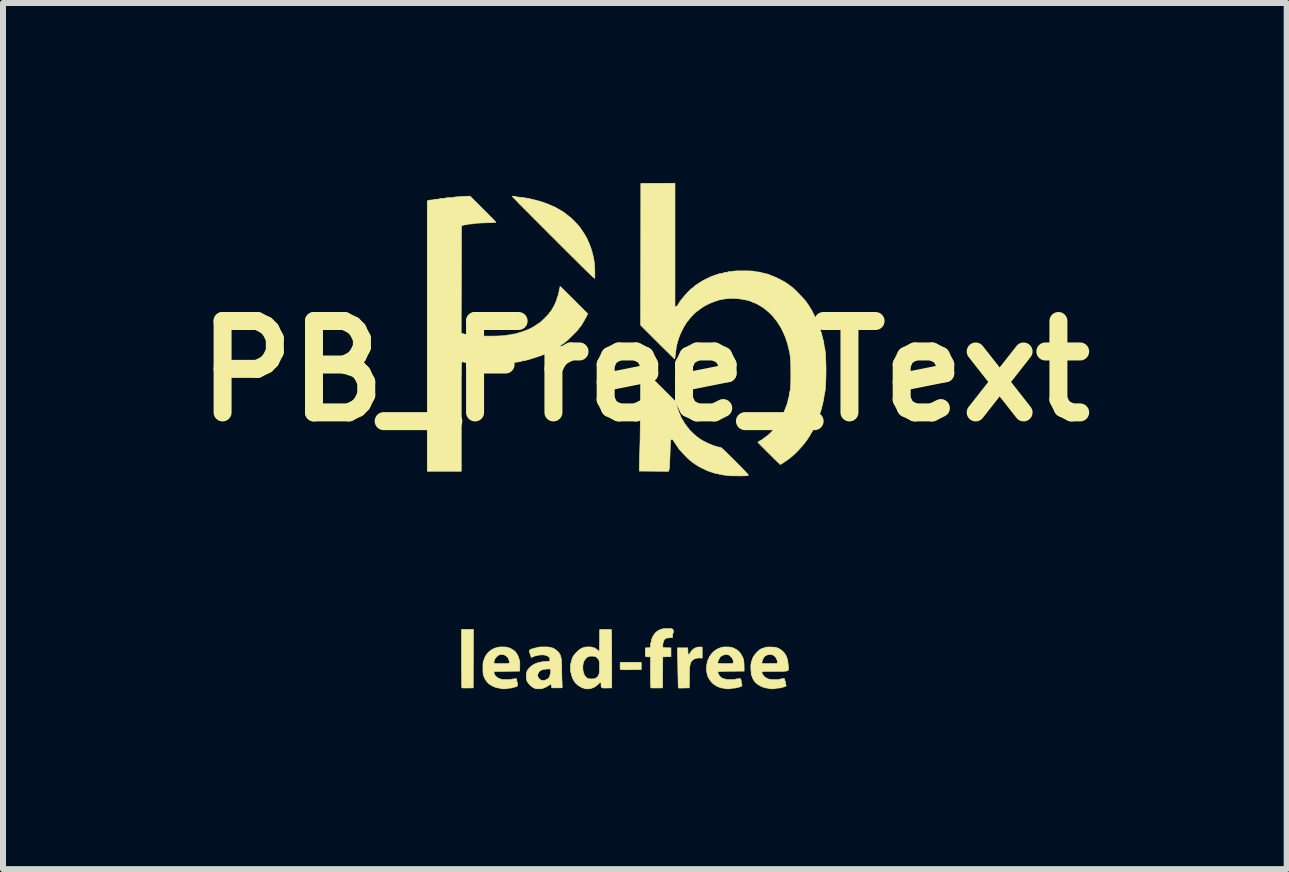
<source format=kicad_pcb>
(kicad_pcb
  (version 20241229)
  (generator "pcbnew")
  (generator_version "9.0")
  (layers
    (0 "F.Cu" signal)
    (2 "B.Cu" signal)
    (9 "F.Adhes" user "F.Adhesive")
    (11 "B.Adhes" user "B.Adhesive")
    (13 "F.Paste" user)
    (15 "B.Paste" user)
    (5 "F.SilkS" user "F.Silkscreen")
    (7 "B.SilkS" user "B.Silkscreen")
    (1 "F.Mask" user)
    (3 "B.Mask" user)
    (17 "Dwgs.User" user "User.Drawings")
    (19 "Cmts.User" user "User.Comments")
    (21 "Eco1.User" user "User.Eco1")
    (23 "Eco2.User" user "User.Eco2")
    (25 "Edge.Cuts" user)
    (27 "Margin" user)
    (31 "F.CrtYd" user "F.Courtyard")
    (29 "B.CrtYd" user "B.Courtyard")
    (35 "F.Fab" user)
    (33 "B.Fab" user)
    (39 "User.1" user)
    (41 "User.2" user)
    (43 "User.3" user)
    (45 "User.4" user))
  (footprint "PB_Free_Text"
    (layer "F.Cu")
    (at 7.7 3.136)
    (property "Reference" "PB_Free_Text" (at 0 0 0) (layer "F.SilkS") (effects (font (size 1.524 1.524) (thickness 0.3))))
    (attr through_hole)
    (fp_poly (pts (xy -0.06 4.976) (xy -0.234 4.978) (xy -0.287 4.979) (xy -0.328 4.979) (xy -0.36 4.978) (xy -0.382 4.977) (xy -0.398 4.976) (xy -0.406 4.974) (xy -0.41 4.972) (xy -0.41 4.971) (xy -0.411 4.961) (xy -0.412 4.942) (xy -0.412 4.918) (xy -0.412 4.909) (xy -0.41 4.856) (xy -0.06 4.856) (xy -0.06 4.976)) (stroke (width 0.01) (type solid)) (fill yes) (layer "F.SilkS"))
    (fp_poly (pts (xy -2.86 4.794) (xy -2.861 5.281) (xy -2.954 5.283) (xy -2.987 5.283) (xy -3.015 5.283) (xy -3.037 5.282) (xy -3.049 5.281) (xy -3.051 5.28) (xy -3.051 5.274) (xy -3.052 5.255) (xy -3.053 5.226) (xy -3.053 5.186) (xy -3.054 5.139) (xy -3.054 5.083) (xy -3.055 5.021) (xy -3.055 4.952) (xy -3.055 4.879) (xy -3.055 4.802) (xy -3.055 4.791) (xy -3.055 4.306) (xy -2.858 4.306) (xy -2.86 4.794)) (stroke (width 0.01) (type solid)) (fill yes) (layer "F.SilkS"))
    (fp_poly (pts (xy 0.956 4.602) (xy 0.956 4.786) (xy 0.94 4.784) (xy 0.894 4.782) (xy 0.852 4.789) (xy 0.816 4.803) (xy 0.788 4.825) (xy 0.788 4.825) (xy 0.768 4.851) (xy 0.758 4.873) (xy 0.756 4.889) (xy 0.754 4.905) (xy 0.75 4.913) (xy 0.748 4.922) (xy 0.746 4.941) (xy 0.744 4.971) (xy 0.743 5.01) (xy 0.742 5.057) (xy 0.742 5.101) (xy 0.74 5.281) (xy 0.649 5.283) (xy 0.617 5.284) (xy 0.59 5.284) (xy 0.569 5.284) (xy 0.559 5.283) (xy 0.558 5.283) (xy 0.557 5.277) (xy 0.557 5.259) (xy 0.556 5.231) (xy 0.555 5.194) (xy 0.554 5.15) (xy 0.553 5.099) (xy 0.552 5.044) (xy 0.551 5.005) (xy 0.55 4.945) (xy 0.549 4.886) (xy 0.548 4.831) (xy 0.547 4.781) (xy 0.546 4.738) (xy 0.546 4.703) (xy 0.545 4.679) (xy 0.545 4.672) (xy 0.543 4.614) (xy 0.715 4.614) (xy 0.718 4.675) (xy 0.72 4.701) (xy 0.722 4.722) (xy 0.726 4.733) (xy 0.727 4.735) (xy 0.734 4.73) (xy 0.743 4.717) (xy 0.75 4.705) (xy 0.779 4.663) (xy 0.813 4.631) (xy 0.853 4.61) (xy 0.896 4.6) (xy 0.917 4.6) (xy 0.956 4.602)) (stroke (width 0.01) (type solid)) (fill yes) (layer "F.SilkS"))
    (fp_poly (pts (xy 0.408 4.294) (xy 0.432 4.295) (xy 0.448 4.296) (xy 0.458 4.299) (xy 0.464 4.304) (xy 0.466 4.305) (xy 0.473 4.319) (xy 0.476 4.338) (xy 0.475 4.356) (xy 0.47 4.367) (xy 0.467 4.376) (xy 0.464 4.394) (xy 0.462 4.408) (xy 0.46 4.443) (xy 0.41 4.446) (xy 0.384 4.449) (xy 0.361 4.452) (xy 0.347 4.456) (xy 0.345 4.457) (xy 0.329 4.472) (xy 0.315 4.496) (xy 0.305 4.526) (xy 0.299 4.558) (xy 0.299 4.571) (xy 0.299 4.611) (xy 0.367 4.613) (xy 0.435 4.614) (xy 0.435 4.761) (xy 0.367 4.762) (xy 0.299 4.764) (xy 0.295 5.281) (xy 0.2 5.283) (xy 0.166 5.283) (xy 0.137 5.283) (xy 0.115 5.282) (xy 0.102 5.281) (xy 0.1 5.28) (xy 0.099 5.273) (xy 0.098 5.255) (xy 0.097 5.226) (xy 0.096 5.189) (xy 0.096 5.145) (xy 0.095 5.095) (xy 0.095 5.041) (xy 0.095 5.02) (xy 0.095 4.764) (xy 0.059 4.764) (xy 0.037 4.763) (xy 0.021 4.76) (xy 0.014 4.758) (xy 0.01 4.752) (xy 0.008 4.738) (xy 0.007 4.714) (xy 0.008 4.684) (xy 0.01 4.614) (xy 0.052 4.613) (xy 0.095 4.611) (xy 0.095 4.57) (xy 0.096 4.548) (xy 0.099 4.532) (xy 0.102 4.526) (xy 0.106 4.517) (xy 0.108 4.503) (xy 0.112 4.477) (xy 0.124 4.445) (xy 0.141 4.412) (xy 0.161 4.382) (xy 0.183 4.357) (xy 0.193 4.348) (xy 0.218 4.331) (xy 0.242 4.317) (xy 0.263 4.308) (xy 0.273 4.306) (xy 0.285 4.303) (xy 0.289 4.3) (xy 0.297 4.297) (xy 0.315 4.295) (xy 0.342 4.294) (xy 0.374 4.294) (xy 0.408 4.294)) (stroke (width 0.01) (type solid)) (fill yes) (layer "F.SilkS"))
    (fp_poly (pts (xy -2.176 -2.915) (xy -2.162 -2.912) (xy -2.156 -2.91) (xy -2.147 -2.906) (xy -2.129 -2.903) (xy -2.106 -2.9) (xy -2.106 -2.9) (xy -2.039 -2.893) (xy -1.968 -2.882) (xy -1.899 -2.868) (xy -1.886 -2.865) (xy -1.862 -2.859) (xy -1.837 -2.853) (xy -1.832 -2.852) (xy -1.797 -2.843) (xy -1.755 -2.831) (xy -1.709 -2.817) (xy -1.664 -2.801) (xy -1.624 -2.787) (xy -1.592 -2.773) (xy -1.588 -2.771) (xy -1.564 -2.761) (xy -1.54 -2.75) (xy -1.528 -2.745) (xy -1.511 -2.738) (xy -1.495 -2.731) (xy -1.476 -2.72) (xy -1.451 -2.706) (xy -1.43 -2.694) (xy -1.412 -2.683) (xy -1.399 -2.676) (xy -1.394 -2.674) (xy -1.388 -2.67) (xy -1.373 -2.661) (xy -1.354 -2.648) (xy -1.333 -2.632) (xy -1.312 -2.616) (xy -1.311 -2.615) (xy -1.291 -2.6) (xy -1.267 -2.581) (xy -1.25 -2.568) (xy -1.23 -2.551) (xy -1.203 -2.526) (xy -1.174 -2.497) (xy -1.145 -2.467) (xy -1.118 -2.438) (xy -1.097 -2.413) (xy -1.089 -2.404) (xy -1.07 -2.377) (xy -1.046 -2.342) (xy -1.022 -2.305) (xy -1 -2.27) (xy -0.982 -2.24) (xy -0.981 -2.239) (xy -0.965 -2.207) (xy -0.947 -2.168) (xy -0.928 -2.125) (xy -0.911 -2.082) (xy -0.897 -2.042) (xy -0.886 -2.008) (xy -0.882 -1.994) (xy -0.877 -1.973) (xy -0.871 -1.949) (xy -0.87 -1.947) (xy -0.859 -1.901) (xy -0.849 -1.848) (xy -0.844 -1.82) (xy -0.841 -1.797) (xy -0.839 -1.767) (xy -0.837 -1.732) (xy -0.835 -1.694) (xy -0.834 -1.657) (xy -0.834 -1.621) (xy -0.834 -1.59) (xy -0.834 -1.565) (xy -0.836 -1.55) (xy -0.837 -1.547) (xy -0.839 -1.548) (xy -0.846 -1.553) (xy -0.858 -1.563) (xy -0.874 -1.577) (xy -0.896 -1.598) (xy -0.923 -1.623) (xy -0.956 -1.655) (xy -0.995 -1.693) (xy -1.04 -1.738) (xy -1.093 -1.79) (xy -1.152 -1.849) (xy -1.219 -1.915) (xy -1.294 -1.99) (xy -1.377 -2.072) (xy -1.468 -2.163) (xy -1.526 -2.222) (xy -1.604 -2.299) (xy -1.679 -2.375) (xy -1.751 -2.447) (xy -1.82 -2.516) (xy -1.885 -2.581) (xy -1.945 -2.642) (xy -2.001 -2.697) (xy -2.051 -2.748) (xy -2.095 -2.792) (xy -2.132 -2.831) (xy -2.163 -2.862) (xy -2.187 -2.886) (xy -2.203 -2.902) (xy -2.21 -2.91) (xy -2.21 -2.911) (xy -2.205 -2.914) (xy -2.192 -2.915) (xy -2.176 -2.915)) (stroke (width 0.01) (type solid)) (fill yes) (layer "F.SilkS"))
    (fp_poly (pts (xy 1.403 4.6) (xy 1.441 4.606) (xy 1.475 4.616) (xy 1.51 4.634) (xy 1.529 4.644) (xy 1.564 4.671) (xy 1.595 4.707) (xy 1.623 4.755) (xy 1.624 4.757) (xy 1.636 4.783) (xy 1.644 4.807) (xy 1.649 4.833) (xy 1.652 4.864) (xy 1.654 4.903) (xy 1.654 4.922) (xy 1.655 5.002) (xy 1.442 5.004) (xy 1.383 5.004) (xy 1.331 5.005) (xy 1.288 5.006) (xy 1.255 5.008) (xy 1.233 5.01) (xy 1.223 5.011) (xy 1.222 5.012) (xy 1.218 5.019) (xy 1.22 5.032) (xy 1.223 5.042) (xy 1.238 5.072) (xy 1.26 5.099) (xy 1.287 5.119) (xy 1.314 5.13) (xy 1.328 5.132) (xy 1.342 5.134) (xy 1.35 5.138) (xy 1.357 5.141) (xy 1.376 5.143) (xy 1.402 5.144) (xy 1.429 5.145) (xy 1.461 5.144) (xy 1.486 5.143) (xy 1.503 5.141) (xy 1.509 5.138) (xy 1.517 5.134) (xy 1.533 5.132) (xy 1.538 5.132) (xy 1.557 5.131) (xy 1.573 5.127) (xy 1.575 5.126) (xy 1.587 5.125) (xy 1.597 5.135) (xy 1.604 5.153) (xy 1.607 5.178) (xy 1.607 5.178) (xy 1.608 5.197) (xy 1.612 5.21) (xy 1.614 5.213) (xy 1.618 5.223) (xy 1.619 5.238) (xy 1.614 5.252) (xy 1.603 5.258) (xy 1.601 5.258) (xy 1.586 5.262) (xy 1.579 5.266) (xy 1.569 5.27) (xy 1.552 5.272) (xy 1.552 5.272) (xy 1.537 5.274) (xy 1.528 5.278) (xy 1.528 5.278) (xy 1.52 5.282) (xy 1.503 5.284) (xy 1.486 5.285) (xy 1.466 5.285) (xy 1.452 5.288) (xy 1.448 5.291) (xy 1.442 5.294) (xy 1.426 5.296) (xy 1.401 5.297) (xy 1.391 5.297) (xy 1.366 5.297) (xy 1.345 5.295) (xy 1.333 5.292) (xy 1.331 5.291) (xy 1.322 5.287) (xy 1.306 5.285) (xy 1.299 5.285) (xy 1.281 5.283) (xy 1.269 5.28) (xy 1.267 5.278) (xy 1.258 5.273) (xy 1.251 5.272) (xy 1.235 5.269) (xy 1.224 5.264) (xy 1.209 5.257) (xy 1.2 5.253) (xy 1.158 5.227) (xy 1.117 5.192) (xy 1.083 5.149) (xy 1.057 5.104) (xy 1.046 5.078) (xy 1.031 5.014) (xy 1.027 4.949) (xy 1.034 4.886) (xy 1.041 4.857) (xy 1.214 4.857) (xy 1.216 4.864) (xy 1.22 4.87) (xy 1.221 4.87) (xy 1.23 4.873) (xy 1.249 4.875) (xy 1.276 4.877) (xy 1.308 4.878) (xy 1.343 4.878) (xy 1.378 4.878) (xy 1.411 4.877) (xy 1.439 4.876) (xy 1.46 4.874) (xy 1.471 4.872) (xy 1.472 4.871) (xy 1.476 4.859) (xy 1.475 4.84) (xy 1.471 4.817) (xy 1.464 4.799) (xy 1.451 4.779) (xy 1.432 4.758) (xy 1.411 4.74) (xy 1.399 4.733) (xy 1.375 4.726) (xy 1.344 4.726) (xy 1.312 4.733) (xy 1.29 4.742) (xy 1.273 4.752) (xy 1.261 4.762) (xy 1.25 4.776) (xy 1.239 4.797) (xy 1.235 4.805) (xy 1.223 4.83) (xy 1.217 4.847) (xy 1.214 4.857) (xy 1.041 4.857) (xy 1.049 4.825) (xy 1.074 4.768) (xy 1.108 4.718) (xy 1.149 4.674) (xy 1.198 4.64) (xy 1.21 4.633) (xy 1.233 4.623) (xy 1.253 4.615) (xy 1.267 4.611) (xy 1.268 4.611) (xy 1.281 4.609) (xy 1.286 4.605) (xy 1.294 4.602) (xy 1.312 4.6) (xy 1.337 4.599) (xy 1.358 4.599) (xy 1.403 4.6)) (stroke (width 0.01) (type solid)) (fill yes) (layer "F.SilkS"))
    (fp_poly (pts (xy -1.644 4.599) (xy -1.615 4.6) (xy -1.595 4.602) (xy -1.585 4.604) (xy -1.585 4.605) (xy -1.576 4.61) (xy -1.563 4.611) (xy -1.546 4.614) (xy -1.525 4.622) (xy -1.518 4.626) (xy -1.499 4.637) (xy -1.478 4.653) (xy -1.458 4.67) (xy -1.441 4.685) (xy -1.431 4.698) (xy -1.429 4.703) (xy -1.425 4.714) (xy -1.42 4.719) (xy -1.412 4.731) (xy -1.408 4.74) (xy -1.404 4.755) (xy -1.398 4.775) (xy -1.397 4.78) (xy -1.394 4.794) (xy -1.392 4.821) (xy -1.389 4.859) (xy -1.387 4.91) (xy -1.386 4.973) (xy -1.385 5.03) (xy -1.384 5.083) (xy -1.383 5.132) (xy -1.381 5.176) (xy -1.38 5.213) (xy -1.379 5.242) (xy -1.378 5.261) (xy -1.378 5.269) (xy -1.377 5.274) (xy -1.38 5.277) (xy -1.387 5.279) (xy -1.4 5.281) (xy -1.422 5.281) (xy -1.455 5.281) (xy -1.464 5.281) (xy -1.553 5.281) (xy -1.555 5.254) (xy -1.558 5.236) (xy -1.563 5.225) (xy -1.565 5.223) (xy -1.574 5.225) (xy -1.59 5.233) (xy -1.61 5.245) (xy -1.611 5.245) (xy -1.634 5.26) (xy -1.657 5.272) (xy -1.674 5.278) (xy -1.693 5.285) (xy -1.708 5.291) (xy -1.71 5.292) (xy -1.722 5.295) (xy -1.743 5.296) (xy -1.768 5.297) (xy -1.793 5.296) (xy -1.815 5.294) (xy -1.828 5.292) (xy -1.829 5.291) (xy -1.841 5.285) (xy -1.858 5.277) (xy -1.861 5.276) (xy -1.881 5.263) (xy -1.904 5.244) (xy -1.928 5.219) (xy -1.948 5.194) (xy -1.962 5.172) (xy -1.969 5.156) (xy -1.973 5.137) (xy -1.975 5.113) (xy -1.975 5.085) (xy -1.975 5.071) (xy -1.789 5.071) (xy -1.788 5.084) (xy -1.781 5.1) (xy -1.779 5.104) (xy -1.757 5.134) (xy -1.73 5.152) (xy -1.698 5.159) (xy -1.663 5.153) (xy -1.635 5.142) (xy -1.608 5.123) (xy -1.59 5.1) (xy -1.582 5.074) (xy -1.582 5.071) (xy -1.579 5.058) (xy -1.575 5.053) (xy -1.571 5.045) (xy -1.569 5.029) (xy -1.569 5.009) (xy -1.57 4.989) (xy -1.572 4.974) (xy -1.576 4.966) (xy -1.577 4.966) (xy -1.586 4.966) (xy -1.605 4.966) (xy -1.63 4.967) (xy -1.638 4.967) (xy -1.687 4.972) (xy -1.725 4.984) (xy -1.755 5.003) (xy -1.775 5.031) (xy -1.784 5.053) (xy -1.789 5.071) (xy -1.975 5.071) (xy -1.974 5.045) (xy -1.967 5.013) (xy -1.955 4.986) (xy -1.934 4.959) (xy -1.916 4.94) (xy -1.881 4.909) (xy -1.841 4.885) (xy -1.797 4.867) (xy -1.746 4.853) (xy -1.685 4.844) (xy -1.645 4.841) (xy -1.585 4.837) (xy -1.583 4.819) (xy -1.585 4.791) (xy -1.598 4.768) (xy -1.621 4.75) (xy -1.653 4.738) (xy -1.693 4.731) (xy -1.739 4.732) (xy -1.778 4.737) (xy -1.818 4.745) (xy -1.85 4.756) (xy -1.872 4.766) (xy -1.888 4.772) (xy -1.896 4.769) (xy -1.899 4.757) (xy -1.899 4.753) (xy -1.902 4.74) (xy -1.905 4.735) (xy -1.911 4.726) (xy -1.912 4.717) (xy -1.915 4.703) (xy -1.919 4.696) (xy -1.923 4.685) (xy -1.924 4.669) (xy -1.923 4.668) (xy -1.922 4.657) (xy -1.918 4.65) (xy -1.908 4.643) (xy -1.892 4.636) (xy -1.871 4.629) (xy -1.844 4.621) (xy -1.82 4.615) (xy -1.802 4.612) (xy -1.799 4.611) (xy -1.784 4.609) (xy -1.775 4.605) (xy -1.775 4.605) (xy -1.768 4.602) (xy -1.749 4.6) (xy -1.721 4.599) (xy -1.686 4.599) (xy -1.68 4.599) (xy -1.644 4.599)) (stroke (width 0.01) (type solid)) (fill yes) (layer "F.SilkS"))
    (fp_poly (pts (xy -2.342 4.599) (xy -2.317 4.601) (xy -2.301 4.603) (xy -2.296 4.605) (xy -2.287 4.61) (xy -2.28 4.611) (xy -2.262 4.615) (xy -2.24 4.624) (xy -2.216 4.637) (xy -2.191 4.653) (xy -2.17 4.669) (xy -2.154 4.684) (xy -2.147 4.696) (xy -2.147 4.697) (xy -2.142 4.707) (xy -2.137 4.713) (xy -2.125 4.728) (xy -2.113 4.755) (xy -2.102 4.786) (xy -2.096 4.805) (xy -2.09 4.822) (xy -2.089 4.824) (xy -2.087 4.835) (xy -2.085 4.856) (xy -2.084 4.884) (xy -2.085 4.915) (xy -2.085 4.919) (xy -2.086 5.002) (xy -2.512 5.008) (xy -2.514 5.023) (xy -2.512 5.044) (xy -2.501 5.068) (xy -2.483 5.09) (xy -2.476 5.097) (xy -2.455 5.113) (xy -2.43 5.125) (xy -2.397 5.137) (xy -2.394 5.138) (xy -2.379 5.141) (xy -2.355 5.143) (xy -2.328 5.144) (xy -2.298 5.145) (xy -2.27 5.144) (xy -2.247 5.143) (xy -2.231 5.141) (xy -2.226 5.139) (xy -2.217 5.136) (xy -2.199 5.133) (xy -2.179 5.131) (xy -2.137 5.129) (xy -2.136 5.154) (xy -2.133 5.174) (xy -2.128 5.191) (xy -2.127 5.193) (xy -2.123 5.208) (xy -2.122 5.228) (xy -2.123 5.23) (xy -2.125 5.246) (xy -2.132 5.255) (xy -2.147 5.262) (xy -2.15 5.263) (xy -2.17 5.268) (xy -2.186 5.272) (xy -2.189 5.272) (xy -2.202 5.274) (xy -2.207 5.278) (xy -2.215 5.282) (xy -2.232 5.284) (xy -2.248 5.285) (xy -2.269 5.286) (xy -2.284 5.288) (xy -2.29 5.291) (xy -2.297 5.294) (xy -2.315 5.296) (xy -2.338 5.297) (xy -2.347 5.297) (xy -2.372 5.297) (xy -2.391 5.295) (xy -2.403 5.292) (xy -2.404 5.291) (xy -2.412 5.287) (xy -2.428 5.285) (xy -2.431 5.284) (xy -2.458 5.281) (xy -2.49 5.272) (xy -2.529 5.255) (xy -2.552 5.244) (xy -2.599 5.214) (xy -2.636 5.176) (xy -2.666 5.129) (xy -2.679 5.1) (xy -2.686 5.082) (xy -2.692 5.067) (xy -2.695 5.054) (xy -2.697 5.033) (xy -2.698 5.005) (xy -2.699 4.973) (xy -2.699 4.941) (xy -2.699 4.909) (xy -2.698 4.882) (xy -2.696 4.862) (xy -2.694 4.851) (xy -2.693 4.849) (xy -2.691 4.846) (xy -2.515 4.846) (xy -2.514 4.863) (xy -2.512 4.873) (xy -2.511 4.874) (xy -2.503 4.876) (xy -2.484 4.877) (xy -2.458 4.878) (xy -2.426 4.878) (xy -2.392 4.878) (xy -2.357 4.878) (xy -2.325 4.877) (xy -2.296 4.875) (xy -2.275 4.873) (xy -2.264 4.871) (xy -2.262 4.87) (xy -2.256 4.858) (xy -2.255 4.843) (xy -2.259 4.832) (xy -2.261 4.83) (xy -2.266 4.822) (xy -2.268 4.812) (xy -2.273 4.794) (xy -2.286 4.773) (xy -2.306 4.754) (xy -2.325 4.74) (xy -2.35 4.73) (xy -2.379 4.726) (xy -2.408 4.726) (xy -2.431 4.732) (xy -2.434 4.734) (xy -2.462 4.754) (xy -2.487 4.78) (xy -2.505 4.808) (xy -2.514 4.836) (xy -2.515 4.846) (xy -2.691 4.846) (xy -2.688 4.841) (xy -2.687 4.83) (xy -2.684 4.817) (xy -2.68 4.811) (xy -2.675 4.802) (xy -2.674 4.796) (xy -2.67 4.78) (xy -2.661 4.76) (xy -2.65 4.743) (xy -2.645 4.738) (xy -2.637 4.728) (xy -2.636 4.723) (xy -2.631 4.714) (xy -2.619 4.701) (xy -2.603 4.684) (xy -2.585 4.668) (xy -2.567 4.655) (xy -2.563 4.652) (xy -2.53 4.633) (xy -2.501 4.619) (xy -2.478 4.612) (xy -2.47 4.611) (xy -2.456 4.609) (xy -2.449 4.605) (xy -2.441 4.602) (xy -2.423 4.6) (xy -2.397 4.599) (xy -2.372 4.599) (xy -2.342 4.599)) (stroke (width 0.01) (type solid)) (fill yes) (layer "F.SilkS"))
    (fp_poly (pts (xy -0.595 4.308) (xy -0.573 4.309) (xy -0.56 4.31) (xy -0.558 4.311) (xy -0.557 4.318) (xy -0.556 4.337) (xy -0.556 4.366) (xy -0.555 4.406) (xy -0.554 4.454) (xy -0.554 4.509) (xy -0.553 4.572) (xy -0.553 4.64) (xy -0.553 4.713) (xy -0.553 4.79) (xy -0.552 4.799) (xy -0.552 5.281) (xy -0.631 5.283) (xy -0.669 5.284) (xy -0.695 5.283) (xy -0.713 5.279) (xy -0.723 5.271) (xy -0.729 5.258) (xy -0.73 5.24) (xy -0.73 5.224) (xy -0.731 5.203) (xy -0.733 5.188) (xy -0.735 5.183) (xy -0.742 5.187) (xy -0.755 5.198) (xy -0.771 5.214) (xy -0.775 5.218) (xy -0.8 5.24) (xy -0.827 5.26) (xy -0.853 5.275) (xy -0.875 5.283) (xy -0.884 5.285) (xy -0.894 5.287) (xy -0.896 5.291) (xy -0.902 5.294) (xy -0.918 5.296) (xy -0.943 5.297) (xy -0.953 5.297) (xy -0.98 5.297) (xy -1 5.295) (xy -1.009 5.292) (xy -1.01 5.291) (xy -1.015 5.286) (xy -1.022 5.285) (xy -1.04 5.28) (xy -1.064 5.269) (xy -1.091 5.253) (xy -1.118 5.234) (xy -1.143 5.213) (xy -1.161 5.194) (xy -1.163 5.191) (xy -1.178 5.168) (xy -1.193 5.143) (xy -1.204 5.12) (xy -1.212 5.101) (xy -1.213 5.093) (xy -1.216 5.081) (xy -1.22 5.078) (xy -1.224 5.07) (xy -1.226 5.054) (xy -1.226 5.053) (xy -1.228 5.037) (xy -1.232 5.028) (xy -1.232 5.027) (xy -1.235 5.02) (xy -1.237 5.001) (xy -1.238 4.975) (xy -1.239 4.948) (xy -1.239 4.946) (xy -1.035 4.946) (xy -1.031 4.994) (xy -1.02 5.038) (xy -1.003 5.075) (xy -0.981 5.104) (xy -0.967 5.116) (xy -0.953 5.124) (xy -0.938 5.129) (xy -0.918 5.131) (xy -0.891 5.132) (xy -0.862 5.131) (xy -0.838 5.128) (xy -0.824 5.124) (xy -0.824 5.124) (xy -0.803 5.11) (xy -0.785 5.093) (xy -0.773 5.076) (xy -0.769 5.065) (xy -0.766 5.052) (xy -0.762 5.046) (xy -0.76 5.039) (xy -0.758 5.02) (xy -0.757 4.991) (xy -0.756 4.954) (xy -0.756 4.938) (xy -0.756 4.899) (xy -0.756 4.87) (xy -0.758 4.85) (xy -0.76 4.835) (xy -0.763 4.825) (xy -0.767 4.815) (xy -0.771 4.81) (xy -0.792 4.782) (xy -0.816 4.764) (xy -0.844 4.754) (xy -0.882 4.751) (xy -0.883 4.751) (xy -0.916 4.753) (xy -0.941 4.759) (xy -0.963 4.772) (xy -0.985 4.793) (xy -0.989 4.797) (xy -1.012 4.83) (xy -1.027 4.869) (xy -1.034 4.916) (xy -1.035 4.946) (xy -1.239 4.946) (xy -1.238 4.916) (xy -1.237 4.891) (xy -1.234 4.874) (xy -1.232 4.868) (xy -1.228 4.86) (xy -1.226 4.845) (xy -1.226 4.843) (xy -1.224 4.827) (xy -1.22 4.818) (xy -1.22 4.818) (xy -1.214 4.809) (xy -1.213 4.802) (xy -1.208 4.78) (xy -1.194 4.754) (xy -1.173 4.726) (xy -1.148 4.697) (xy -1.119 4.669) (xy -1.09 4.645) (xy -1.062 4.626) (xy -1.037 4.614) (xy -1.022 4.611) (xy -1.01 4.608) (xy -1.007 4.605) (xy -0.999 4.602) (xy -0.981 4.6) (xy -0.957 4.599) (xy -0.94 4.599) (xy -0.913 4.599) (xy -0.89 4.601) (xy -0.877 4.603) (xy -0.873 4.605) (xy -0.864 4.61) (xy -0.858 4.611) (xy -0.838 4.616) (xy -0.814 4.63) (xy -0.788 4.65) (xy -0.785 4.653) (xy -0.77 4.666) (xy -0.761 4.669) (xy -0.759 4.667) (xy -0.758 4.659) (xy -0.757 4.64) (xy -0.756 4.611) (xy -0.756 4.575) (xy -0.755 4.533) (xy -0.754 4.487) (xy -0.754 4.484) (xy -0.753 4.31) (xy -0.658 4.308) (xy -0.624 4.308) (xy -0.595 4.308)) (stroke (width 0.01) (type solid)) (fill yes) (layer "F.SilkS"))
    (fp_poly (pts (xy 2.099 4.6) (xy 2.128 4.602) (xy 2.156 4.603) (xy 2.178 4.606) (xy 2.188 4.608) (xy 2.232 4.624) (xy 2.274 4.651) (xy 2.298 4.671) (xy 2.314 4.687) (xy 2.326 4.701) (xy 2.331 4.709) (xy 2.331 4.709) (xy 2.335 4.718) (xy 2.343 4.728) (xy 2.358 4.751) (xy 2.37 4.785) (xy 2.381 4.829) (xy 2.388 4.88) (xy 2.392 4.928) (xy 2.394 4.948) (xy 2.395 4.964) (xy 2.394 4.977) (xy 2.389 4.987) (xy 2.381 4.994) (xy 2.368 4.999) (xy 2.348 5.002) (xy 2.32 5.004) (xy 2.283 5.005) (xy 2.236 5.005) (xy 2.178 5.005) (xy 2.165 5.005) (xy 2.105 5.005) (xy 2.057 5.005) (xy 2.019 5.006) (xy 1.991 5.007) (xy 1.971 5.009) (xy 1.958 5.013) (xy 1.952 5.018) (xy 1.95 5.025) (xy 1.953 5.034) (xy 1.958 5.046) (xy 1.963 5.057) (xy 1.986 5.088) (xy 2.019 5.114) (xy 2.063 5.134) (xy 2.064 5.135) (xy 2.081 5.139) (xy 2.106 5.142) (xy 2.135 5.144) (xy 2.166 5.145) (xy 2.195 5.145) (xy 2.22 5.144) (xy 2.238 5.142) (xy 2.246 5.139) (xy 2.255 5.135) (xy 2.272 5.132) (xy 2.28 5.131) (xy 2.3 5.128) (xy 2.315 5.126) (xy 2.318 5.125) (xy 2.326 5.128) (xy 2.33 5.141) (xy 2.33 5.142) (xy 2.333 5.157) (xy 2.338 5.167) (xy 2.342 5.176) (xy 2.344 5.193) (xy 2.344 5.199) (xy 2.345 5.217) (xy 2.35 5.23) (xy 2.351 5.232) (xy 2.356 5.243) (xy 2.348 5.253) (xy 2.329 5.262) (xy 2.321 5.264) (xy 2.298 5.27) (xy 2.277 5.276) (xy 2.27 5.278) (xy 2.252 5.282) (xy 2.228 5.284) (xy 2.218 5.285) (xy 2.199 5.286) (xy 2.185 5.289) (xy 2.182 5.291) (xy 2.174 5.294) (xy 2.157 5.296) (xy 2.133 5.297) (xy 2.125 5.297) (xy 2.1 5.297) (xy 2.08 5.295) (xy 2.069 5.292) (xy 2.067 5.291) (xy 2.059 5.287) (xy 2.043 5.285) (xy 2.041 5.285) (xy 2.007 5.28) (xy 1.97 5.268) (xy 1.93 5.251) (xy 1.892 5.229) (xy 1.859 5.205) (xy 1.835 5.181) (xy 1.828 5.172) (xy 1.816 5.153) (xy 1.805 5.135) (xy 1.803 5.132) (xy 1.795 5.116) (xy 1.792 5.102) (xy 1.789 5.09) (xy 1.785 5.085) (xy 1.78 5.076) (xy 1.775 5.056) (xy 1.772 5.024) (xy 1.769 4.981) (xy 1.768 4.958) (xy 1.767 4.921) (xy 1.768 4.894) (xy 1.77 4.879) (xy 1.772 4.876) (xy 1.776 4.867) (xy 1.951 4.867) (xy 1.954 4.874) (xy 1.962 4.875) (xy 1.98 4.876) (xy 2.007 4.877) (xy 2.04 4.877) (xy 2.078 4.877) (xy 2.083 4.877) (xy 2.207 4.875) (xy 2.209 4.85) (xy 2.209 4.833) (xy 2.206 4.82) (xy 2.204 4.819) (xy 2.198 4.807) (xy 2.198 4.802) (xy 2.193 4.789) (xy 2.181 4.772) (xy 2.165 4.755) (xy 2.147 4.74) (xy 2.136 4.734) (xy 2.104 4.726) (xy 2.069 4.726) (xy 2.035 4.734) (xy 2.007 4.749) (xy 1.997 4.758) (xy 1.981 4.779) (xy 1.968 4.803) (xy 1.958 4.828) (xy 1.952 4.85) (xy 1.951 4.867) (xy 1.776 4.867) (xy 1.776 4.865) (xy 1.778 4.849) (xy 1.778 4.849) (xy 1.78 4.833) (xy 1.785 4.824) (xy 1.785 4.824) (xy 1.79 4.815) (xy 1.791 4.809) (xy 1.796 4.789) (xy 1.809 4.764) (xy 1.828 4.736) (xy 1.851 4.707) (xy 1.877 4.679) (xy 1.904 4.655) (xy 1.929 4.637) (xy 1.951 4.626) (xy 1.962 4.624) (xy 1.974 4.621) (xy 1.979 4.618) (xy 1.987 4.613) (xy 1.997 4.611) (xy 2.011 4.608) (xy 2.018 4.605) (xy 2.026 4.602) (xy 2.045 4.601) (xy 2.07 4.6) (xy 2.099 4.6)) (stroke (width 0.01) (type solid)) (fill yes) (layer "F.SilkS"))
    (fp_poly (pts (xy -0.061 -0.055) (xy -0.047 -0.043) (xy -0.025 -0.023) (xy 0.007 0.007) (xy 0.047 0.045) (xy 0.095 0.093) (xy 0.153 0.15) (xy 0.219 0.216) (xy 0.232 0.229) (xy 0.527 0.524) (xy 0.527 0.551) (xy 0.529 0.568) (xy 0.532 0.58) (xy 0.534 0.581) (xy 0.538 0.59) (xy 0.54 0.601) (xy 0.543 0.616) (xy 0.55 0.636) (xy 0.553 0.643) (xy 0.56 0.661) (xy 0.565 0.674) (xy 0.565 0.677) (xy 0.568 0.688) (xy 0.576 0.704) (xy 0.578 0.708) (xy 0.586 0.725) (xy 0.59 0.738) (xy 0.591 0.74) (xy 0.594 0.751) (xy 0.602 0.768) (xy 0.612 0.788) (xy 0.623 0.807) (xy 0.633 0.82) (xy 0.64 0.83) (xy 0.642 0.835) (xy 0.645 0.843) (xy 0.654 0.858) (xy 0.667 0.878) (xy 0.682 0.899) (xy 0.697 0.919) (xy 0.709 0.934) (xy 0.715 0.94) (xy 0.726 0.952) (xy 0.73 0.962) (xy 0.73 0.962) (xy 0.735 0.969) (xy 0.747 0.983) (xy 0.765 1.001) (xy 0.786 1.022) (xy 0.809 1.044) (xy 0.831 1.064) (xy 0.852 1.082) (xy 0.868 1.094) (xy 0.868 1.094) (xy 0.889 1.11) (xy 0.912 1.127) (xy 0.917 1.131) (xy 0.938 1.144) (xy 0.967 1.161) (xy 1.003 1.18) (xy 1.041 1.199) (xy 1.079 1.216) (xy 1.114 1.231) (xy 1.143 1.242) (xy 1.15 1.244) (xy 1.175 1.252) (xy 1.199 1.259) (xy 1.216 1.264) (xy 1.217 1.264) (xy 1.237 1.269) (xy 1.255 1.27) (xy 1.26 1.271) (xy 1.267 1.275) (xy 1.277 1.281) (xy 1.29 1.292) (xy 1.306 1.307) (xy 1.328 1.327) (xy 1.355 1.353) (xy 1.389 1.386) (xy 1.429 1.426) (xy 1.478 1.475) (xy 1.502 1.498) (xy 1.557 1.554) (xy 1.604 1.602) (xy 1.643 1.642) (xy 1.674 1.674) (xy 1.697 1.699) (xy 1.713 1.717) (xy 1.723 1.729) (xy 1.726 1.736) (xy 1.726 1.737) (xy 1.723 1.74) (xy 1.718 1.742) (xy 1.708 1.744) (xy 1.692 1.745) (xy 1.669 1.746) (xy 1.637 1.746) (xy 1.595 1.747) (xy 1.552 1.747) (xy 1.502 1.746) (xy 1.459 1.746) (xy 1.422 1.745) (xy 1.395 1.743) (xy 1.377 1.742) (xy 1.372 1.74) (xy 1.36 1.737) (xy 1.341 1.734) (xy 1.329 1.734) (xy 1.31 1.733) (xy 1.296 1.73) (xy 1.293 1.728) (xy 1.284 1.724) (xy 1.268 1.722) (xy 1.261 1.721) (xy 1.243 1.72) (xy 1.231 1.717) (xy 1.229 1.715) (xy 1.22 1.71) (xy 1.205 1.709) (xy 1.205 1.709) (xy 1.181 1.706) (xy 1.153 1.698) (xy 1.129 1.689) (xy 1.113 1.684) (xy 1.106 1.683) (xy 1.093 1.68) (xy 1.089 1.677) (xy 1.08 1.671) (xy 1.074 1.67) (xy 1.061 1.668) (xy 1.043 1.661) (xy 1.037 1.658) (xy 1.019 1.649) (xy 0.994 1.637) (xy 0.972 1.627) (xy 0.924 1.603) (xy 0.881 1.579) (xy 0.846 1.556) (xy 0.837 1.549) (xy 0.822 1.538) (xy 0.811 1.532) (xy 0.808 1.531) (xy 0.801 1.527) (xy 0.789 1.516) (xy 0.784 1.512) (xy 0.771 1.5) (xy 0.761 1.493) (xy 0.759 1.493) (xy 0.753 1.488) (xy 0.739 1.476) (xy 0.72 1.458) (xy 0.696 1.434) (xy 0.673 1.411) (xy 0.633 1.369) (xy 0.602 1.335) (xy 0.578 1.309) (xy 0.563 1.29) (xy 0.554 1.278) (xy 0.553 1.272) (xy 0.548 1.264) (xy 0.54 1.254) (xy 0.53 1.243) (xy 0.527 1.235) (xy 0.523 1.226) (xy 0.514 1.216) (xy 0.505 1.205) (xy 0.502 1.197) (xy 0.497 1.187) (xy 0.492 1.181) (xy 0.481 1.168) (xy 0.476 1.158) (xy 0.465 1.143) (xy 0.451 1.138) (xy 0.439 1.141) (xy 0.435 1.146) (xy 0.432 1.154) (xy 0.43 1.168) (xy 0.428 1.19) (xy 0.426 1.221) (xy 0.424 1.262) (xy 0.424 1.268) (xy 0.422 1.317) (xy 0.42 1.373) (xy 0.418 1.431) (xy 0.415 1.485) (xy 0.414 1.512) (xy 0.412 1.555) (xy 0.41 1.593) (xy 0.407 1.623) (xy 0.404 1.644) (xy 0.402 1.653) (xy 0.394 1.671) (xy 0.151 1.669) (xy -0.092 1.667) (xy -0.091 1.572) (xy -0.09 1.541) (xy -0.089 1.5) (xy -0.088 1.451) (xy -0.086 1.397) (xy -0.085 1.341) (xy -0.083 1.286) (xy -0.083 1.273) (xy -0.082 1.235) (xy -0.08 1.186) (xy -0.079 1.126) (xy -0.078 1.058) (xy -0.077 0.983) (xy -0.076 0.903) (xy -0.075 0.818) (xy -0.074 0.73) (xy -0.074 0.641) (xy -0.073 0.551) (xy -0.073 0.511) (xy -0.072 0.428) (xy -0.072 0.348) (xy -0.071 0.273) (xy -0.071 0.203) (xy -0.07 0.14) (xy -0.069 0.083) (xy -0.069 0.035) (xy -0.068 -0.004) (xy -0.067 -0.033) (xy -0.067 -0.051) (xy -0.066 -0.057) (xy -0.061 -0.055)) (stroke (width 0.01) (type solid)) (fill yes) (layer "F.SilkS"))
    (fp_poly (pts (xy -2.698 -2.701) (xy -2.655 -2.658) (xy -2.615 -2.618) (xy -2.579 -2.581) (xy -2.547 -2.549) (xy -2.521 -2.522) (xy -2.501 -2.501) (xy -2.488 -2.488) (xy -2.483 -2.482) (xy -2.483 -2.482) (xy -2.489 -2.48) (xy -2.506 -2.479) (xy -2.531 -2.477) (xy -2.562 -2.475) (xy -2.58 -2.474) (xy -2.648 -2.472) (xy -2.704 -2.47) (xy -2.75 -2.468) (xy -2.786 -2.466) (xy -2.813 -2.464) (xy -2.833 -2.462) (xy -2.845 -2.461) (xy -2.853 -2.459) (xy -2.855 -2.458) (xy -2.864 -2.455) (xy -2.882 -2.453) (xy -2.905 -2.452) (xy -2.907 -2.452) (xy -2.93 -2.451) (xy -2.947 -2.449) (xy -2.956 -2.446) (xy -2.957 -2.445) (xy -2.965 -2.441) (xy -2.981 -2.439) (xy -2.984 -2.439) (xy -3.006 -2.437) (xy -3.03 -2.431) (xy -3.033 -2.43) (xy -3.058 -2.421) (xy -3.06 -1.528) (xy -3.062 -0.636) (xy -3.047 -0.628) (xy -3.03 -0.622) (xy -3.001 -0.615) (xy -2.962 -0.608) (xy -2.913 -0.601) (xy -2.855 -0.594) (xy -2.814 -0.59) (xy -2.781 -0.587) (xy -2.741 -0.585) (xy -2.695 -0.584) (xy -2.646 -0.583) (xy -2.594 -0.583) (xy -2.542 -0.583) (xy -2.49 -0.584) (xy -2.442 -0.585) (xy -2.397 -0.587) (xy -2.359 -0.589) (xy -2.329 -0.591) (xy -2.307 -0.594) (xy -2.297 -0.597) (xy -2.296 -0.597) (xy -2.287 -0.601) (xy -2.27 -0.603) (xy -2.257 -0.603) (xy -2.238 -0.605) (xy -2.224 -0.607) (xy -2.22 -0.61) (xy -2.212 -0.614) (xy -2.196 -0.616) (xy -2.191 -0.616) (xy -2.171 -0.618) (xy -2.154 -0.621) (xy -2.152 -0.622) (xy -2.137 -0.627) (xy -2.116 -0.633) (xy -2.109 -0.635) (xy -2.035 -0.658) (xy -1.967 -0.683) (xy -1.906 -0.71) (xy -1.858 -0.736) (xy -1.845 -0.744) (xy -1.83 -0.754) (xy -1.812 -0.766) (xy -1.788 -0.782) (xy -1.755 -0.803) (xy -1.753 -0.805) (xy -1.742 -0.814) (xy -1.725 -0.829) (xy -1.704 -0.848) (xy -1.681 -0.871) (xy -1.657 -0.894) (xy -1.635 -0.917) (xy -1.616 -0.937) (xy -1.602 -0.952) (xy -1.595 -0.961) (xy -1.594 -0.963) (xy -1.59 -0.971) (xy -1.579 -0.983) (xy -1.575 -0.988) (xy -1.563 -1) (xy -1.557 -1.01) (xy -1.556 -1.012) (xy -1.553 -1.02) (xy -1.545 -1.034) (xy -1.538 -1.044) (xy -1.521 -1.073) (xy -1.503 -1.108) (xy -1.487 -1.145) (xy -1.485 -1.15) (xy -1.478 -1.166) (xy -1.473 -1.177) (xy -1.468 -1.193) (xy -1.467 -1.2) (xy -1.464 -1.212) (xy -1.461 -1.216) (xy -1.456 -1.225) (xy -1.455 -1.235) (xy -1.452 -1.249) (xy -1.448 -1.254) (xy -1.444 -1.263) (xy -1.442 -1.278) (xy -1.442 -1.28) (xy -1.44 -1.296) (xy -1.436 -1.305) (xy -1.435 -1.305) (xy -1.432 -1.313) (xy -1.429 -1.33) (xy -1.429 -1.337) (xy -1.428 -1.355) (xy -1.424 -1.367) (xy -1.423 -1.369) (xy -1.418 -1.377) (xy -1.416 -1.391) (xy -1.415 -1.405) (xy -1.412 -1.41) (xy -1.406 -1.406) (xy -1.393 -1.393) (xy -1.372 -1.373) (xy -1.345 -1.347) (xy -1.313 -1.315) (xy -1.276 -1.278) (xy -1.235 -1.238) (xy -1.191 -1.194) (xy -1.179 -1.182) (xy -0.952 -0.955) (xy -0.981 -0.898) (xy -1.007 -0.85) (xy -1.032 -0.807) (xy -1.054 -0.77) (xy -1.074 -0.742) (xy -1.09 -0.723) (xy -1.092 -0.722) (xy -1.102 -0.71) (xy -1.105 -0.702) (xy -1.11 -0.696) (xy -1.122 -0.682) (xy -1.14 -0.663) (xy -1.163 -0.64) (xy -1.189 -0.613) (xy -1.217 -0.586) (xy -1.245 -0.558) (xy -1.272 -0.532) (xy -1.297 -0.509) (xy -1.316 -0.491) (xy -1.331 -0.479) (xy -1.333 -0.477) (xy -1.375 -0.448) (xy -1.424 -0.417) (xy -1.477 -0.384) (xy -1.532 -0.353) (xy -1.587 -0.324) (xy -1.637 -0.298) (xy -1.682 -0.278) (xy -1.704 -0.269) (xy -1.757 -0.25) (xy -1.814 -0.231) (xy -1.87 -0.213) (xy -1.921 -0.197) (xy -1.948 -0.19) (xy -1.97 -0.184) (xy -1.99 -0.178) (xy -2.011 -0.173) (xy -2.03 -0.171) (xy -2.046 -0.17) (xy -2.055 -0.166) (xy -2.065 -0.162) (xy -2.082 -0.158) (xy -2.09 -0.156) (xy -2.112 -0.153) (xy -2.14 -0.149) (xy -2.16 -0.146) (xy -2.188 -0.142) (xy -2.222 -0.138) (xy -2.248 -0.136) (xy -2.272 -0.133) (xy -2.292 -0.13) (xy -2.303 -0.127) (xy -2.303 -0.126) (xy -2.311 -0.125) (xy -2.33 -0.124) (xy -2.358 -0.123) (xy -2.395 -0.122) (xy -2.437 -0.121) (xy -2.485 -0.121) (xy -2.536 -0.121) (xy -2.588 -0.12) (xy -2.641 -0.12) (xy -2.692 -0.121) (xy -2.74 -0.121) (xy -2.783 -0.121) (xy -2.82 -0.122) (xy -2.85 -0.123) (xy -2.87 -0.124) (xy -2.879 -0.125) (xy -2.879 -0.125) (xy -2.889 -0.128) (xy -2.908 -0.132) (xy -2.928 -0.134) (xy -2.963 -0.139) (xy -2.994 -0.144) (xy -3.018 -0.149) (xy -3.033 -0.154) (xy -3.034 -0.154) (xy -3.044 -0.154) (xy -3.051 -0.149) (xy -3.053 -0.147) (xy -3.054 -0.142) (xy -3.055 -0.135) (xy -3.056 -0.125) (xy -3.057 -0.111) (xy -3.058 -0.093) (xy -3.059 -0.069) (xy -3.059 -0.04) (xy -3.06 -0.005) (xy -3.06 0.038) (xy -3.061 0.088) (xy -3.061 0.146) (xy -3.061 0.212) (xy -3.061 0.288) (xy -3.061 0.374) (xy -3.061 0.471) (xy -3.061 0.578) (xy -3.061 0.698) (xy -3.061 0.766) (xy -3.061 1.67) (xy -3.627 1.67) (xy -3.627 -0.583) (xy -3.627 -2.836) (xy -3.61 -2.844) (xy -3.594 -2.848) (xy -3.571 -2.851) (xy -3.556 -2.852) (xy -3.536 -2.853) (xy -3.521 -2.856) (xy -3.516 -2.858) (xy -3.508 -2.862) (xy -3.491 -2.864) (xy -3.471 -2.865) (xy -3.45 -2.865) (xy -3.433 -2.868) (xy -3.427 -2.871) (xy -3.419 -2.874) (xy -3.402 -2.876) (xy -3.379 -2.877) (xy -3.376 -2.877) (xy -3.353 -2.878) (xy -3.335 -2.88) (xy -3.325 -2.883) (xy -3.325 -2.884) (xy -3.317 -2.886) (xy -3.3 -2.889) (xy -3.275 -2.89) (xy -3.259 -2.89) (xy -3.232 -2.891) (xy -3.21 -2.892) (xy -3.195 -2.894) (xy -3.191 -2.896) (xy -3.183 -2.899) (xy -3.165 -2.901) (xy -3.139 -2.904) (xy -3.115 -2.905) (xy -3.077 -2.907) (xy -3.034 -2.91) (xy -2.994 -2.912) (xy -2.979 -2.913) (xy -2.913 -2.916) (xy -2.698 -2.701)) (stroke (width 0.01) (type solid)) (fill yes) (layer "F.SilkS"))
    (fp_poly (pts (xy 0.502 -1.073) (xy 0.519 -1.075) (xy 0.535 -1.082) (xy 0.547 -1.098) (xy 0.557 -1.115) (xy 0.567 -1.129) (xy 0.568 -1.13) (xy 0.576 -1.141) (xy 0.578 -1.146) (xy 0.582 -1.154) (xy 0.591 -1.167) (xy 0.597 -1.174) (xy 0.612 -1.193) (xy 0.63 -1.215) (xy 0.64 -1.228) (xy 0.655 -1.247) (xy 0.675 -1.27) (xy 0.698 -1.294) (xy 0.72 -1.318) (xy 0.742 -1.341) (xy 0.761 -1.359) (xy 0.776 -1.373) (xy 0.784 -1.378) (xy 0.784 -1.378) (xy 0.792 -1.383) (xy 0.806 -1.393) (xy 0.816 -1.404) (xy 0.831 -1.418) (xy 0.842 -1.427) (xy 0.846 -1.429) (xy 0.853 -1.433) (xy 0.867 -1.442) (xy 0.884 -1.454) (xy 0.902 -1.467) (xy 0.917 -1.477) (xy 0.925 -1.48) (xy 0.935 -1.484) (xy 0.94 -1.489) (xy 0.948 -1.496) (xy 0.966 -1.506) (xy 0.99 -1.519) (xy 1.018 -1.533) (xy 1.047 -1.547) (xy 1.075 -1.561) (xy 1.099 -1.572) (xy 1.117 -1.579) (xy 1.126 -1.582) (xy 1.137 -1.585) (xy 1.14 -1.588) (xy 1.149 -1.593) (xy 1.159 -1.594) (xy 1.172 -1.597) (xy 1.178 -1.601) (xy 1.187 -1.606) (xy 1.197 -1.607) (xy 1.21 -1.609) (xy 1.216 -1.613) (xy 1.221 -1.616) (xy 1.231 -1.62) (xy 1.25 -1.623) (xy 1.279 -1.628) (xy 1.291 -1.63) (xy 1.307 -1.634) (xy 1.317 -1.638) (xy 1.318 -1.639) (xy 1.326 -1.643) (xy 1.342 -1.645) (xy 1.35 -1.645) (xy 1.368 -1.646) (xy 1.379 -1.65) (xy 1.381 -1.651) (xy 1.389 -1.655) (xy 1.406 -1.657) (xy 1.426 -1.658) (xy 1.448 -1.659) (xy 1.464 -1.661) (xy 1.47 -1.664) (xy 1.478 -1.666) (xy 1.496 -1.667) (xy 1.522 -1.669) (xy 1.555 -1.67) (xy 1.593 -1.67) (xy 1.633 -1.67) (xy 1.673 -1.67) (xy 1.712 -1.67) (xy 1.748 -1.669) (xy 1.778 -1.668) (xy 1.8 -1.667) (xy 1.812 -1.665) (xy 1.814 -1.665) (xy 1.823 -1.661) (xy 1.841 -1.657) (xy 1.855 -1.655) (xy 1.897 -1.651) (xy 1.927 -1.646) (xy 1.946 -1.642) (xy 1.953 -1.638) (xy 1.963 -1.634) (xy 1.979 -1.632) (xy 1.979 -1.632) (xy 1.995 -1.631) (xy 2.004 -1.626) (xy 2.004 -1.626) (xy 2.013 -1.621) (xy 2.027 -1.62) (xy 2.044 -1.618) (xy 2.056 -1.614) (xy 2.07 -1.608) (xy 2.086 -1.601) (xy 2.104 -1.593) (xy 2.117 -1.587) (xy 2.13 -1.582) (xy 2.136 -1.582) (xy 2.145 -1.579) (xy 2.162 -1.571) (xy 2.186 -1.56) (xy 2.215 -1.546) (xy 2.245 -1.531) (xy 2.275 -1.515) (xy 2.302 -1.501) (xy 2.324 -1.489) (xy 2.339 -1.48) (xy 2.344 -1.476) (xy 2.354 -1.469) (xy 2.358 -1.467) (xy 2.365 -1.464) (xy 2.379 -1.454) (xy 2.397 -1.44) (xy 2.401 -1.437) (xy 2.423 -1.42) (xy 2.444 -1.405) (xy 2.46 -1.394) (xy 2.46 -1.393) (xy 2.474 -1.382) (xy 2.494 -1.364) (xy 2.518 -1.341) (xy 2.545 -1.314) (xy 2.573 -1.284) (xy 2.602 -1.254) (xy 2.629 -1.224) (xy 2.654 -1.196) (xy 2.675 -1.172) (xy 2.69 -1.154) (xy 2.698 -1.142) (xy 2.699 -1.138) (xy 2.704 -1.13) (xy 2.712 -1.121) (xy 2.722 -1.11) (xy 2.725 -1.102) (xy 2.729 -1.092) (xy 2.738 -1.083) (xy 2.747 -1.072) (xy 2.75 -1.064) (xy 2.755 -1.053) (xy 2.759 -1.048) (xy 2.765 -1.041) (xy 2.774 -1.024) (xy 2.788 -0.999) (xy 2.803 -0.97) (xy 2.819 -0.937) (xy 2.836 -0.903) (xy 2.852 -0.871) (xy 2.866 -0.841) (xy 2.877 -0.817) (xy 2.884 -0.801) (xy 2.884 -0.8) (xy 2.891 -0.784) (xy 2.897 -0.773) (xy 2.897 -0.772) (xy 2.902 -0.761) (xy 2.903 -0.752) (xy 2.905 -0.739) (xy 2.909 -0.734) (xy 2.914 -0.725) (xy 2.915 -0.715) (xy 2.918 -0.701) (xy 2.922 -0.695) (xy 2.927 -0.687) (xy 2.928 -0.679) (xy 2.931 -0.663) (xy 2.934 -0.656) (xy 2.942 -0.636) (xy 2.949 -0.613) (xy 2.953 -0.593) (xy 2.953 -0.586) (xy 2.956 -0.573) (xy 2.96 -0.568) (xy 2.964 -0.56) (xy 2.966 -0.545) (xy 2.966 -0.544) (xy 2.968 -0.528) (xy 2.972 -0.517) (xy 2.972 -0.517) (xy 2.975 -0.513) (xy 2.977 -0.504) (xy 2.98 -0.49) (xy 2.983 -0.467) (xy 2.987 -0.435) (xy 2.989 -0.421) (xy 2.992 -0.4) (xy 2.996 -0.383) (xy 2.998 -0.378) (xy 3.001 -0.37) (xy 3.003 -0.358) (xy 3.005 -0.34) (xy 3.008 -0.316) (xy 3.01 -0.284) (xy 3.012 -0.242) (xy 3.015 -0.19) (xy 3.017 -0.144) (xy 3.019 -0.097) (xy 3.02 -0.045) (xy 3.02 0.01) (xy 3.019 0.067) (xy 3.018 0.123) (xy 3.016 0.178) (xy 3.013 0.228) (xy 3.01 0.274) (xy 3.007 0.312) (xy 3.003 0.342) (xy 2.999 0.361) (xy 2.998 0.365) (xy 2.994 0.379) (xy 2.99 0.399) (xy 2.989 0.41) (xy 2.985 0.441) (xy 2.978 0.48) (xy 2.97 0.521) (xy 2.961 0.56) (xy 2.953 0.588) (xy 2.948 0.61) (xy 2.943 0.631) (xy 2.943 0.634) (xy 2.939 0.649) (xy 2.934 0.658) (xy 2.934 0.658) (xy 2.929 0.666) (xy 2.928 0.676) (xy 2.926 0.69) (xy 2.922 0.695) (xy 2.917 0.704) (xy 2.915 0.715) (xy 2.913 0.728) (xy 2.909 0.734) (xy 2.904 0.742) (xy 2.903 0.753) (xy 2.9 0.766) (xy 2.896 0.772) (xy 2.891 0.781) (xy 2.89 0.787) (xy 2.887 0.798) (xy 2.88 0.816) (xy 2.871 0.835) (xy 2.861 0.856) (xy 2.855 0.872) (xy 2.852 0.88) (xy 2.849 0.889) (xy 2.841 0.906) (xy 2.83 0.929) (xy 2.817 0.955) (xy 2.804 0.981) (xy 2.791 1.004) (xy 2.781 1.022) (xy 2.776 1.028) (xy 2.768 1.041) (xy 2.763 1.05) (xy 2.763 1.051) (xy 2.76 1.058) (xy 2.752 1.072) (xy 2.746 1.081) (xy 2.734 1.099) (xy 2.725 1.114) (xy 2.722 1.119) (xy 2.712 1.134) (xy 2.703 1.147) (xy 2.693 1.161) (xy 2.68 1.178) (xy 2.663 1.199) (xy 2.641 1.227) (xy 2.623 1.249) (xy 2.596 1.28) (xy 2.562 1.317) (xy 2.526 1.354) (xy 2.49 1.389) (xy 2.458 1.417) (xy 2.454 1.421) (xy 2.429 1.441) (xy 2.405 1.46) (xy 2.384 1.476) (xy 2.368 1.487) (xy 2.36 1.492) (xy 2.359 1.493) (xy 2.353 1.496) (xy 2.34 1.505) (xy 2.332 1.511) (xy 2.314 1.524) (xy 2.294 1.537) (xy 2.275 1.548) (xy 2.261 1.555) (xy 2.256 1.556) (xy 2.251 1.552) (xy 2.238 1.539) (xy 2.217 1.52) (xy 2.191 1.494) (xy 2.159 1.463) (xy 2.124 1.428) (xy 2.085 1.389) (xy 2.067 1.372) (xy 1.883 1.187) (xy 1.899 1.175) (xy 1.912 1.166) (xy 1.921 1.162) (xy 1.921 1.162) (xy 1.929 1.158) (xy 1.946 1.148) (xy 1.969 1.132) (xy 1.997 1.112) (xy 2.028 1.088) (xy 2.053 1.07) (xy 2.086 1.041) (xy 2.122 1.003) (xy 2.16 0.959) (xy 2.197 0.911) (xy 2.215 0.884) (xy 2.235 0.852) (xy 2.257 0.812) (xy 2.279 0.768) (xy 2.302 0.721) (xy 2.323 0.674) (xy 2.343 0.626) (xy 2.36 0.582) (xy 2.374 0.543) (xy 2.383 0.51) (xy 2.388 0.486) (xy 2.388 0.481) (xy 2.39 0.467) (xy 2.394 0.46) (xy 2.397 0.455) (xy 2.4 0.447) (xy 2.403 0.431) (xy 2.406 0.408) (xy 2.411 0.374) (xy 2.411 0.373) (xy 2.414 0.353) (xy 2.419 0.336) (xy 2.42 0.333) (xy 2.423 0.321) (xy 2.427 0.3) (xy 2.43 0.275) (xy 2.43 0.273) (xy 2.431 0.248) (xy 2.432 0.213) (xy 2.433 0.17) (xy 2.434 0.122) (xy 2.434 0.07) (xy 2.434 0.017) (xy 2.433 -0.036) (xy 2.433 -0.086) (xy 2.432 -0.131) (xy 2.43 -0.17) (xy 2.429 -0.2) (xy 2.427 -0.219) (xy 2.423 -0.248) (xy 2.419 -0.278) (xy 2.416 -0.301) (xy 2.416 -0.302) (xy 2.413 -0.321) (xy 2.409 -0.336) (xy 2.407 -0.339) (xy 2.403 -0.349) (xy 2.401 -0.366) (xy 2.401 -0.369) (xy 2.399 -0.386) (xy 2.396 -0.396) (xy 2.395 -0.397) (xy 2.389 -0.406) (xy 2.388 -0.414) (xy 2.386 -0.433) (xy 2.378 -0.46) (xy 2.369 -0.486) (xy 2.364 -0.5) (xy 2.358 -0.519) (xy 2.356 -0.527) (xy 2.347 -0.554) (xy 2.333 -0.588) (xy 2.316 -0.627) (xy 2.298 -0.666) (xy 2.28 -0.703) (xy 2.264 -0.733) (xy 2.26 -0.739) (xy 2.198 -0.835) (xy 2.13 -0.919) (xy 2.056 -0.992) (xy 1.977 -1.055) (xy 1.89 -1.108) (xy 1.875 -1.116) (xy 1.85 -1.128) (xy 1.827 -1.138) (xy 1.811 -1.144) (xy 1.794 -1.15) (xy 1.783 -1.155) (xy 1.782 -1.156) (xy 1.766 -1.164) (xy 1.741 -1.172) (xy 1.708 -1.181) (xy 1.668 -1.189) (xy 1.626 -1.197) (xy 1.582 -1.203) (xy 1.543 -1.208) (xy 1.51 -1.211) (xy 1.485 -1.213) (xy 1.466 -1.214) (xy 1.448 -1.213) (xy 1.428 -1.212) (xy 1.401 -1.21) (xy 1.381 -1.208) (xy 1.337 -1.203) (xy 1.302 -1.199) (xy 1.271 -1.193) (xy 1.241 -1.186) (xy 1.209 -1.176) (xy 1.17 -1.163) (xy 1.169 -1.163) (xy 1.08 -1.128) (xy 1 -1.088) (xy 0.929 -1.041) (xy 0.912 -1.029) (xy 0.89 -1.012) (xy 0.868 -0.995) (xy 0.852 -0.983) (xy 0.834 -0.969) (xy 0.814 -0.949) (xy 0.79 -0.924) (xy 0.761 -0.891) (xy 0.727 -0.849) (xy 0.695 -0.809) (xy 0.685 -0.795) (xy 0.68 -0.784) (xy 0.68 -0.783) (xy 0.675 -0.774) (xy 0.671 -0.769) (xy 0.664 -0.76) (xy 0.654 -0.743) (xy 0.641 -0.719) (xy 0.627 -0.691) (xy 0.612 -0.662) (xy 0.599 -0.634) (xy 0.588 -0.61) (xy 0.58 -0.592) (xy 0.578 -0.583) (xy 0.575 -0.572) (xy 0.572 -0.568) (xy 0.567 -0.56) (xy 0.565 -0.549) (xy 0.563 -0.536) (xy 0.559 -0.53) (xy 0.554 -0.522) (xy 0.553 -0.511) (xy 0.55 -0.498) (xy 0.546 -0.492) (xy 0.542 -0.484) (xy 0.54 -0.469) (xy 0.54 -0.468) (xy 0.538 -0.452) (xy 0.534 -0.441) (xy 0.534 -0.441) (xy 0.532 -0.439) (xy 0.531 -0.436) (xy 0.529 -0.43) (xy 0.527 -0.42) (xy 0.525 -0.405) (xy 0.522 -0.384) (xy 0.519 -0.355) (xy 0.514 -0.316) (xy 0.508 -0.268) (xy 0.504 -0.237) (xy 0.502 -0.218) (xy 0.498 -0.206) (xy 0.496 -0.203) (xy 0.491 -0.208) (xy 0.478 -0.22) (xy 0.457 -0.24) (xy 0.43 -0.267) (xy 0.397 -0.3) (xy 0.358 -0.338) (xy 0.316 -0.38) (xy 0.269 -0.426) (xy 0.22 -0.475) (xy 0.211 -0.484) (xy -0.07 -0.765) (xy -0.068 -1.947) (xy -0.067 -3.128) (xy 0.218 -3.13) (xy 0.502 -3.131) (xy 0.502 -1.073)) (stroke (width 0.01) (type solid)) (fill yes) (layer "F.SilkS")))
  (gr_rect
    (start -3 -3)
    (end 18.4 11.439)
    (stroke (width 0.1) (type default))
    (fill no)
    (layer "Edge.Cuts")))
</source>
